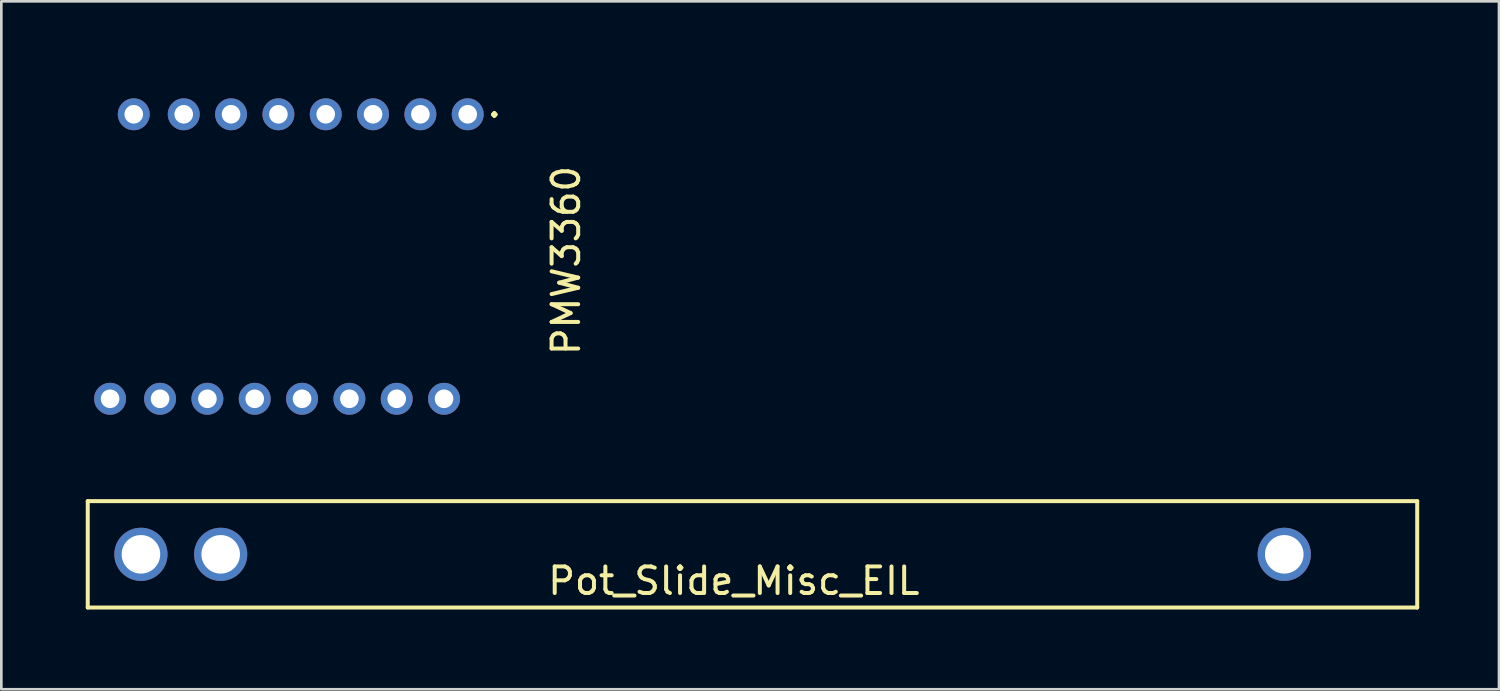
<source format=kicad_pcb>
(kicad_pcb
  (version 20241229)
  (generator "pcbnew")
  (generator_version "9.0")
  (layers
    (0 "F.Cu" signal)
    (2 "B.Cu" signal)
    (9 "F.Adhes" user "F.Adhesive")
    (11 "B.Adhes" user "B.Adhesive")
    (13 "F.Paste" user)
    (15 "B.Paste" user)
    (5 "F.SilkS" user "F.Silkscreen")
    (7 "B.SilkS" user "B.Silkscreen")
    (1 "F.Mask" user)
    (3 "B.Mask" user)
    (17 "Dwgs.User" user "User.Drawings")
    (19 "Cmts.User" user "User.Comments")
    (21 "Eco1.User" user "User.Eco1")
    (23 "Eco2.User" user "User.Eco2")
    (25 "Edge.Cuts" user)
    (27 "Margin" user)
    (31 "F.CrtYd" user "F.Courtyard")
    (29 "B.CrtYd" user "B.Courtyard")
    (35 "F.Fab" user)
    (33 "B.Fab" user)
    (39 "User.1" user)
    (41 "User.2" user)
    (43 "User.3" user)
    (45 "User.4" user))
  (footprint "PMW3360"
    (layer "F.Cu")
    (at 14.54 1.248)
    (property "Reference" "PMW3360" (at 3.7 5.5 90) (layer "F.SilkS") (effects (font (size 1 1) (thickness 0.15))))
    (attr through_hole)
    (fp_line (start -14.48 1.05) (end -14.48 9.65) (stroke (width 0.12) (type solid)) (layer "Eco1.User"))
    (fp_line (start -14.48 1.05) (end 2.78 1.05) (stroke (width 0.12) (type solid)) (layer "Eco1.User"))
    (fp_line (start -14.48 9.65) (end 2.78 9.65) (stroke (width 0.12) (type solid)) (layer "Eco1.User"))
    (fp_line (start 2.78 1.05) (end 2.78 9.65) (stroke (width 0.12) (type solid)) (layer "Eco1.User"))
    (fp_circle (center -5.66 5.35) (end -5.377 5.35) (stroke (width 0.12) (type solid)) (fill no) (layer "Eco2.User"))
    (fp_text user "." (at 1 -0.4 0) (layer "F.SilkS") (effects (font (size 1 1) (thickness 0.15))))
    (fp_text user "X+" (at -5.8 2 180) (layer "Eco2.User") (effects (font (size 1 1) (thickness 0.15))))
    (fp_text user "Optical Center" (at -5.7 6.2 0) (layer "Eco2.User") (effects (font (size 1 1) (thickness 0.15))))
    (fp_text user "Y+" (at -13.5 5.2 90) (layer "Eco2.User") (effects (font (size 1 1) (thickness 0.15))))
    (pad "1" thru_hole circle (at 0 0) (size 1.2 1.2) (drill 0.7) (layers "*.Cu" "*.Mask"))
    (pad "2" thru_hole circle (at -1.78 0) (size 1.2 1.2) (drill 0.7) (layers "*.Cu" "*.Mask"))
    (pad "3" thru_hole circle (at -3.56 0) (size 1.2 1.2) (drill 0.7) (layers "*.Cu" "*.Mask"))
    (pad "4" thru_hole circle (at -5.34 0) (size 1.2 1.2) (drill 0.7) (layers "*.Cu" "*.Mask"))
    (pad "5" thru_hole circle (at -7.12 0) (size 1.2 1.2) (drill 0.7) (layers "*.Cu" "*.Mask"))
    (pad "6" thru_hole circle (at -8.9 0) (size 1.2 1.2) (drill 0.7) (layers "*.Cu" "*.Mask"))
    (pad "7" thru_hole circle (at -10.68 0) (size 1.2 1.2) (drill 0.7) (layers "*.Cu" "*.Mask"))
    (pad "8" thru_hole circle (at -12.56 0) (size 1.2 1.2) (drill 0.7) (layers "*.Cu" "*.Mask"))
    (pad "9" thru_hole circle (at -13.45 10.7) (size 1.2 1.2) (drill 0.7) (layers "*.Cu" "*.Mask"))
    (pad "10" thru_hole circle (at -11.57 10.7) (size 1.2 1.2) (drill 0.7) (layers "*.Cu" "*.Mask"))
    (pad "11" thru_hole circle (at -9.79 10.7) (size 1.2 1.2) (drill 0.7) (layers "*.Cu" "*.Mask"))
    (pad "12" thru_hole circle (at -8.01 10.7) (size 1.2 1.2) (drill 0.7) (layers "*.Cu" "*.Mask"))
    (pad "13" thru_hole circle (at -6.23 10.7) (size 1.2 1.2) (drill 0.7) (layers "*.Cu" "*.Mask"))
    (pad "14" thru_hole circle (at -4.45 10.7) (size 1.2 1.2) (drill 0.7) (layers "*.Cu" "*.Mask"))
    (pad "15" thru_hole circle (at -2.67 10.7) (size 1.2 1.2) (drill 0.7) (layers "*.Cu" "*.Mask"))
    (pad "16" thru_hole circle (at -0.89 10.7) (size 1.2 1.2) (drill 0.7) (layers "*.Cu" "*.Mask")))
  (footprint "Pot_Slide_Misc_EIL"
    (layer "F.Cu")
    (at 0.25 15.798)
    (property "Reference" "Pot_Slide_Misc_EIL" (at 24.3 3 0) (layer "F.SilkS") (effects (font (size 1 1) (thickness 0.15))))
    (attr through_hole)
    (fp_line (start 0 0) (end 50 0) (stroke (width 0.15) (type solid)) (layer "F.SilkS"))
    (fp_line (start 0 4) (end 0 0) (stroke (width 0.15) (type solid)) (layer "F.SilkS"))
    (fp_line (start 50 0) (end 50 4) (stroke (width 0.15) (type solid)) (layer "F.SilkS"))
    (fp_line (start 50 4) (end 0 4) (stroke (width 0.15) (type solid)) (layer "F.SilkS"))
    (pad "1" thru_hole circle (at 5 2) (size 2 2) (drill 1.45) (layers "*.Cu" "*.Mask"))
    (pad "2" thru_hole circle (at 2 2) (size 2 2) (drill 1.45) (layers "*.Cu" "*.Mask"))
    (pad "3" thru_hole circle (at 45 2) (size 2 2) (drill 1.45) (layers "*.Cu" "*.Mask")))
  (gr_rect
    (start -3 -3)
    (end 53.325 22.873)
    (stroke (width 0.1) (type default))
    (fill no)
    (layer "Edge.Cuts")))
</source>
